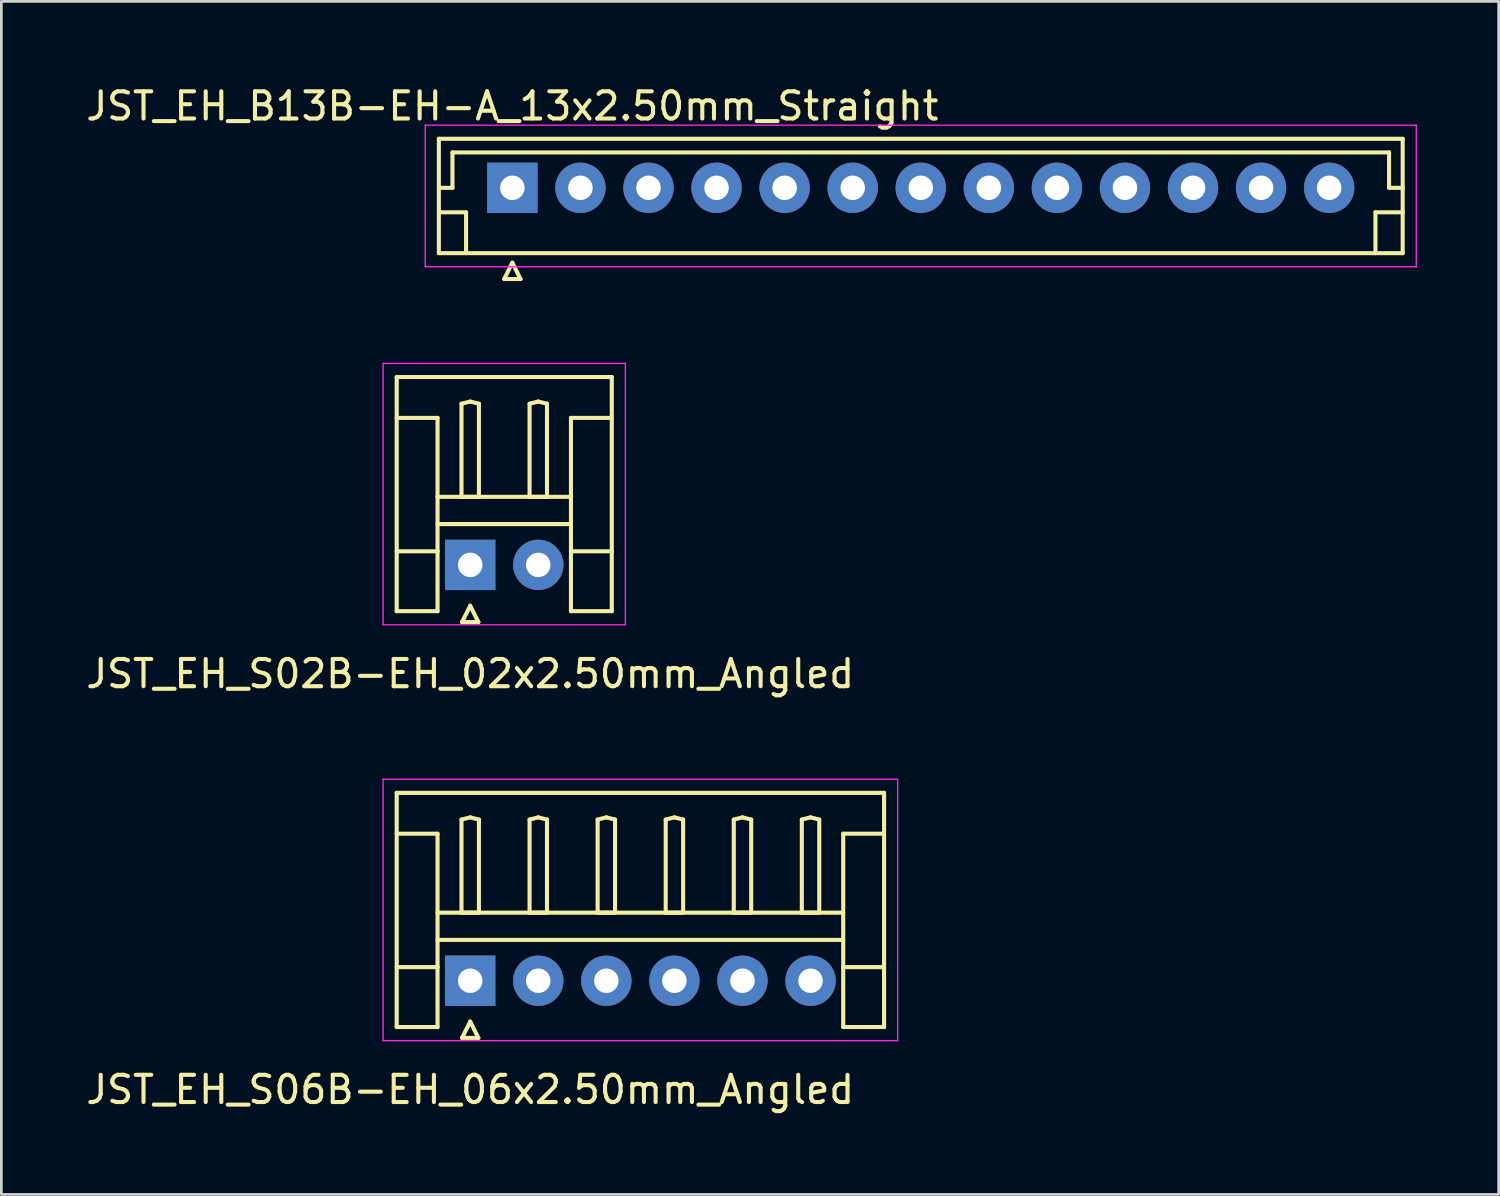
<source format=kicad_pcb>
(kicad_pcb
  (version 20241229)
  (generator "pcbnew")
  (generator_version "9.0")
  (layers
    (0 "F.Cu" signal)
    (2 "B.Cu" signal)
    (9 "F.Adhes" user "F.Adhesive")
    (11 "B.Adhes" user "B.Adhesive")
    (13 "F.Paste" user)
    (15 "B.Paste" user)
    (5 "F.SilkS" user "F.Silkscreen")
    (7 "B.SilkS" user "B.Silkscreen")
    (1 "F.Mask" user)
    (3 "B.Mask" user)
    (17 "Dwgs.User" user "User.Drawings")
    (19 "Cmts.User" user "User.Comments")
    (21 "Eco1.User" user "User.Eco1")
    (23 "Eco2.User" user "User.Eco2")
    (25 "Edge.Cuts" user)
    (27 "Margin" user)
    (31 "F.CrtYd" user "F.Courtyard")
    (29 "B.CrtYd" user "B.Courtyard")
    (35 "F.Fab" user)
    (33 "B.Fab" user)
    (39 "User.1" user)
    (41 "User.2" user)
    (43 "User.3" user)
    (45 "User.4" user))
  (footprint "JST_EH_S06B-EH_06x2.50mm_Angled"
    (layer "F.Cu")
    (at 14.22 32.971)
    (property "Reference" "JST_EH_S06B-EH_06x2.50mm_Angled" (at 0 4 0) (layer "F.SilkS") (effects (font (size 1 1) (thickness 0.15))))
    (attr through_hole)
    (fp_line (start -2.7 -6.9) (end 15.2 -6.9) (stroke (width 0.15) (type solid)) (layer "F.SilkS"))
    (fp_line (start -2.7 -5.4) (end -1.2 -5.4) (stroke (width 0.15) (type solid)) (layer "F.SilkS"))
    (fp_line (start -2.7 1.7) (end -2.7 -6.9) (stroke (width 0.15) (type solid)) (layer "F.SilkS"))
    (fp_line (start -1.2 -5.4) (end -1.2 -0.5) (stroke (width 0.15) (type solid)) (layer "F.SilkS"))
    (fp_line (start -1.2 -2.5) (end 13.7 -2.5) (stroke (width 0.15) (type solid)) (layer "F.SilkS"))
    (fp_line (start -1.2 -1.5) (end 13.7 -1.5) (stroke (width 0.15) (type solid)) (layer "F.SilkS"))
    (fp_line (start -1.2 -0.5) (end -2.7 -0.5) (stroke (width 0.15) (type solid)) (layer "F.SilkS"))
    (fp_line (start -1.2 -0.5) (end -1.2 1.7) (stroke (width 0.15) (type solid)) (layer "F.SilkS"))
    (fp_line (start -1.2 1.7) (end -2.7 1.7) (stroke (width 0.15) (type solid)) (layer "F.SilkS"))
    (fp_line (start -0.32 -5.92) (end 0 -6) (stroke (width 0.15) (type solid)) (layer "F.SilkS"))
    (fp_line (start -0.32 -2.5) (end -0.32 -5.92) (stroke (width 0.15) (type solid)) (layer "F.SilkS"))
    (fp_line (start -0.3 2.1) (end 0.3 2.1) (stroke (width 0.15) (type solid)) (layer "F.SilkS"))
    (fp_line (start 0 -6) (end 0.32 -5.92) (stroke (width 0.15) (type solid)) (layer "F.SilkS"))
    (fp_line (start 0 -2.5) (end -0.32 -2.5) (stroke (width 0.15) (type solid)) (layer "F.SilkS"))
    (fp_line (start 0 1.5) (end -0.3 2.1) (stroke (width 0.15) (type solid)) (layer "F.SilkS"))
    (fp_line (start 0.3 2.1) (end 0 1.5) (stroke (width 0.15) (type solid)) (layer "F.SilkS"))
    (fp_line (start 0.32 -5.92) (end 0.32 -2.5) (stroke (width 0.15) (type solid)) (layer "F.SilkS"))
    (fp_line (start 0.32 -2.5) (end 0 -2.5) (stroke (width 0.15) (type solid)) (layer "F.SilkS"))
    (fp_line (start 2.18 -5.92) (end 2.5 -6) (stroke (width 0.15) (type solid)) (layer "F.SilkS"))
    (fp_line (start 2.18 -2.5) (end 2.18 -5.92) (stroke (width 0.15) (type solid)) (layer "F.SilkS"))
    (fp_line (start 2.5 -6) (end 2.82 -5.92) (stroke (width 0.15) (type solid)) (layer "F.SilkS"))
    (fp_line (start 2.5 -2.5) (end 2.18 -2.5) (stroke (width 0.15) (type solid)) (layer "F.SilkS"))
    (fp_line (start 2.82 -5.92) (end 2.82 -2.5) (stroke (width 0.15) (type solid)) (layer "F.SilkS"))
    (fp_line (start 2.82 -2.5) (end 2.5 -2.5) (stroke (width 0.15) (type solid)) (layer "F.SilkS"))
    (fp_line (start 4.68 -5.92) (end 5 -6) (stroke (width 0.15) (type solid)) (layer "F.SilkS"))
    (fp_line (start 4.68 -2.5) (end 4.68 -5.92) (stroke (width 0.15) (type solid)) (layer "F.SilkS"))
    (fp_line (start 5 -6) (end 5.32 -5.92) (stroke (width 0.15) (type solid)) (layer "F.SilkS"))
    (fp_line (start 5 -2.5) (end 4.68 -2.5) (stroke (width 0.15) (type solid)) (layer "F.SilkS"))
    (fp_line (start 5.32 -5.92) (end 5.32 -2.5) (stroke (width 0.15) (type solid)) (layer "F.SilkS"))
    (fp_line (start 5.32 -2.5) (end 5 -2.5) (stroke (width 0.15) (type solid)) (layer "F.SilkS"))
    (fp_line (start 7.18 -5.92) (end 7.5 -6) (stroke (width 0.15) (type solid)) (layer "F.SilkS"))
    (fp_line (start 7.18 -2.5) (end 7.18 -5.92) (stroke (width 0.15) (type solid)) (layer "F.SilkS"))
    (fp_line (start 7.5 -6) (end 7.82 -5.92) (stroke (width 0.15) (type solid)) (layer "F.SilkS"))
    (fp_line (start 7.5 -2.5) (end 7.18 -2.5) (stroke (width 0.15) (type solid)) (layer "F.SilkS"))
    (fp_line (start 7.82 -5.92) (end 7.82 -2.5) (stroke (width 0.15) (type solid)) (layer "F.SilkS"))
    (fp_line (start 7.82 -2.5) (end 7.5 -2.5) (stroke (width 0.15) (type solid)) (layer "F.SilkS"))
    (fp_line (start 9.68 -5.92) (end 10 -6) (stroke (width 0.15) (type solid)) (layer "F.SilkS"))
    (fp_line (start 9.68 -2.5) (end 9.68 -5.92) (stroke (width 0.15) (type solid)) (layer "F.SilkS"))
    (fp_line (start 10 -6) (end 10.32 -5.92) (stroke (width 0.15) (type solid)) (layer "F.SilkS"))
    (fp_line (start 10 -2.5) (end 9.68 -2.5) (stroke (width 0.15) (type solid)) (layer "F.SilkS"))
    (fp_line (start 10.32 -5.92) (end 10.32 -2.5) (stroke (width 0.15) (type solid)) (layer "F.SilkS"))
    (fp_line (start 10.32 -2.5) (end 10 -2.5) (stroke (width 0.15) (type solid)) (layer "F.SilkS"))
    (fp_line (start 12.18 -5.92) (end 12.5 -6) (stroke (width 0.15) (type solid)) (layer "F.SilkS"))
    (fp_line (start 12.18 -2.5) (end 12.18 -5.92) (stroke (width 0.15) (type solid)) (layer "F.SilkS"))
    (fp_line (start 12.5 -6) (end 12.82 -5.92) (stroke (width 0.15) (type solid)) (layer "F.SilkS"))
    (fp_line (start 12.5 -2.5) (end 12.18 -2.5) (stroke (width 0.15) (type solid)) (layer "F.SilkS"))
    (fp_line (start 12.82 -5.92) (end 12.82 -2.5) (stroke (width 0.15) (type solid)) (layer "F.SilkS"))
    (fp_line (start 12.82 -2.5) (end 12.5 -2.5) (stroke (width 0.15) (type solid)) (layer "F.SilkS"))
    (fp_line (start 13.7 -5.4) (end 13.7 -0.5) (stroke (width 0.15) (type solid)) (layer "F.SilkS"))
    (fp_line (start 13.7 -0.5) (end 15.2 -0.5) (stroke (width 0.15) (type solid)) (layer "F.SilkS"))
    (fp_line (start 13.7 1.7) (end 13.7 -0.5) (stroke (width 0.15) (type solid)) (layer "F.SilkS"))
    (fp_line (start 15.2 -6.9) (end 15.2 1.7) (stroke (width 0.15) (type solid)) (layer "F.SilkS"))
    (fp_line (start 15.2 -5.4) (end 13.7 -5.4) (stroke (width 0.15) (type solid)) (layer "F.SilkS"))
    (fp_line (start 15.2 1.7) (end 13.7 1.7) (stroke (width 0.15) (type solid)) (layer "F.SilkS"))
    (fp_line (start -3.2 -7.4) (end -3.2 2.2) (stroke (width 0.05) (type solid)) (layer "F.CrtYd"))
    (fp_line (start -3.2 2.2) (end 15.7 2.2) (stroke (width 0.05) (type solid)) (layer "F.CrtYd"))
    (fp_line (start 15.7 -7.4) (end -3.2 -7.4) (stroke (width 0.05) (type solid)) (layer "F.CrtYd"))
    (fp_line (start 15.7 2.2) (end 15.7 -7.4) (stroke (width 0.05) (type solid)) (layer "F.CrtYd"))
    (pad "1" thru_hole rect (at 0 0) (size 1.85 1.85) (drill 0.9) (layers "*.Cu" "*.Mask"))
    (pad "2" thru_hole circle (at 2.5 0) (size 1.85 1.85) (drill 0.9) (layers "*.Cu" "*.Mask"))
    (pad "3" thru_hole circle (at 5 0) (size 1.85 1.85) (drill 0.9) (layers "*.Cu" "*.Mask"))
    (pad "4" thru_hole circle (at 7.5 0) (size 1.85 1.85) (drill 0.9) (layers "*.Cu" "*.Mask"))
    (pad "5" thru_hole circle (at 10 0) (size 1.85 1.85) (drill 0.9) (layers "*.Cu" "*.Mask"))
    (pad "6" thru_hole circle (at 12.5 0) (size 1.85 1.85) (drill 0.9) (layers "*.Cu" "*.Mask")))
  (footprint "JST_EH_B13B-EH-A_13x2.50mm_Straight"
    (layer "F.Cu")
    (at 15.768 3.848)
    (property "Reference" "JST_EH_B13B-EH-A_13x2.50mm_Straight" (at 0 -3 0) (layer "F.SilkS") (effects (font (size 1 1) (thickness 0.15))))
    (attr through_hole)
    (fp_line (start -2.7 -1.8) (end -2.7 2.4) (stroke (width 0.15) (type solid)) (layer "F.SilkS"))
    (fp_line (start -2.7 0) (end -2.2 0) (stroke (width 0.15) (type solid)) (layer "F.SilkS"))
    (fp_line (start -2.7 0.9) (end -1.7 0.9) (stroke (width 0.15) (type solid)) (layer "F.SilkS"))
    (fp_line (start -2.7 2.4) (end 32.7 2.4) (stroke (width 0.15) (type solid)) (layer "F.SilkS"))
    (fp_line (start -2.2 -1.3) (end 32.2 -1.3) (stroke (width 0.15) (type solid)) (layer "F.SilkS"))
    (fp_line (start -2.2 0) (end -2.2 -1.3) (stroke (width 0.15) (type solid)) (layer "F.SilkS"))
    (fp_line (start -1.7 0.9) (end -1.7 2.4) (stroke (width 0.15) (type solid)) (layer "F.SilkS"))
    (fp_line (start -0.3 3.35) (end 0.3 3.35) (stroke (width 0.15) (type solid)) (layer "F.SilkS"))
    (fp_line (start 0 2.75) (end -0.3 3.35) (stroke (width 0.15) (type solid)) (layer "F.SilkS"))
    (fp_line (start 0.3 3.35) (end 0 2.75) (stroke (width 0.15) (type solid)) (layer "F.SilkS"))
    (fp_line (start 31.7 0.9) (end 31.7 2.4) (stroke (width 0.15) (type solid)) (layer "F.SilkS"))
    (fp_line (start 32.2 -1.3) (end 32.2 0) (stroke (width 0.15) (type solid)) (layer "F.SilkS"))
    (fp_line (start 32.2 0) (end 32.7 0) (stroke (width 0.15) (type solid)) (layer "F.SilkS"))
    (fp_line (start 32.7 -1.8) (end -2.7 -1.8) (stroke (width 0.15) (type solid)) (layer "F.SilkS"))
    (fp_line (start 32.7 0.9) (end 31.7 0.9) (stroke (width 0.15) (type solid)) (layer "F.SilkS"))
    (fp_line (start 32.7 2.4) (end 32.7 -1.8) (stroke (width 0.15) (type solid)) (layer "F.SilkS"))
    (fp_line (start -3.2 -2.3) (end -3.2 2.9) (stroke (width 0.05) (type solid)) (layer "F.CrtYd"))
    (fp_line (start -3.2 2.9) (end 33.2 2.9) (stroke (width 0.05) (type solid)) (layer "F.CrtYd"))
    (fp_line (start 33.2 -2.3) (end -3.2 -2.3) (stroke (width 0.05) (type solid)) (layer "F.CrtYd"))
    (fp_line (start 33.2 2.9) (end 33.2 -2.3) (stroke (width 0.05) (type solid)) (layer "F.CrtYd"))
    (pad "1" thru_hole rect (at 0 0) (size 1.85 1.85) (drill 0.9) (layers "*.Cu" "*.Mask"))
    (pad "2" thru_hole circle (at 2.5 0) (size 1.85 1.85) (drill 0.9) (layers "*.Cu" "*.Mask"))
    (pad "3" thru_hole circle (at 5 0) (size 1.85 1.85) (drill 0.9) (layers "*.Cu" "*.Mask"))
    (pad "4" thru_hole circle (at 7.5 0) (size 1.85 1.85) (drill 0.9) (layers "*.Cu" "*.Mask"))
    (pad "5" thru_hole circle (at 10 0) (size 1.85 1.85) (drill 0.9) (layers "*.Cu" "*.Mask"))
    (pad "6" thru_hole circle (at 12.5 0) (size 1.85 1.85) (drill 0.9) (layers "*.Cu" "*.Mask"))
    (pad "7" thru_hole circle (at 15 0) (size 1.85 1.85) (drill 0.9) (layers "*.Cu" "*.Mask"))
    (pad "8" thru_hole circle (at 17.5 0) (size 1.85 1.85) (drill 0.9) (layers "*.Cu" "*.Mask"))
    (pad "9" thru_hole circle (at 20 0) (size 1.85 1.85) (drill 0.9) (layers "*.Cu" "*.Mask"))
    (pad "10" thru_hole circle (at 22.5 0) (size 1.85 1.85) (drill 0.9) (layers "*.Cu" "*.Mask"))
    (pad "11" thru_hole circle (at 25 0) (size 1.85 1.85) (drill 0.9) (layers "*.Cu" "*.Mask"))
    (pad "12" thru_hole circle (at 27.5 0) (size 1.85 1.85) (drill 0.9) (layers "*.Cu" "*.Mask"))
    (pad "13" thru_hole circle (at 30 0) (size 1.85 1.85) (drill 0.9) (layers "*.Cu" "*.Mask")))
  (footprint "JST_EH_S02B-EH_02x2.50mm_Angled"
    (layer "F.Cu")
    (at 14.22 17.698)
    (property "Reference" "JST_EH_S02B-EH_02x2.50mm_Angled" (at 0 4 0) (layer "F.SilkS") (effects (font (size 1 1) (thickness 0.15))))
    (attr through_hole)
    (fp_line (start -2.7 -6.9) (end 5.2 -6.9) (stroke (width 0.15) (type solid)) (layer "F.SilkS"))
    (fp_line (start -2.7 -5.4) (end -1.2 -5.4) (stroke (width 0.15) (type solid)) (layer "F.SilkS"))
    (fp_line (start -2.7 1.7) (end -2.7 -6.9) (stroke (width 0.15) (type solid)) (layer "F.SilkS"))
    (fp_line (start -1.2 -5.4) (end -1.2 -0.5) (stroke (width 0.15) (type solid)) (layer "F.SilkS"))
    (fp_line (start -1.2 -2.5) (end 3.7 -2.5) (stroke (width 0.15) (type solid)) (layer "F.SilkS"))
    (fp_line (start -1.2 -1.5) (end 3.7 -1.5) (stroke (width 0.15) (type solid)) (layer "F.SilkS"))
    (fp_line (start -1.2 -0.5) (end -2.7 -0.5) (stroke (width 0.15) (type solid)) (layer "F.SilkS"))
    (fp_line (start -1.2 -0.5) (end -1.2 1.7) (stroke (width 0.15) (type solid)) (layer "F.SilkS"))
    (fp_line (start -1.2 1.7) (end -2.7 1.7) (stroke (width 0.15) (type solid)) (layer "F.SilkS"))
    (fp_line (start -0.32 -5.92) (end 0 -6) (stroke (width 0.15) (type solid)) (layer "F.SilkS"))
    (fp_line (start -0.32 -2.5) (end -0.32 -5.92) (stroke (width 0.15) (type solid)) (layer "F.SilkS"))
    (fp_line (start -0.3 2.1) (end 0.3 2.1) (stroke (width 0.15) (type solid)) (layer "F.SilkS"))
    (fp_line (start 0 -6) (end 0.32 -5.92) (stroke (width 0.15) (type solid)) (layer "F.SilkS"))
    (fp_line (start 0 -2.5) (end -0.32 -2.5) (stroke (width 0.15) (type solid)) (layer "F.SilkS"))
    (fp_line (start 0 1.5) (end -0.3 2.1) (stroke (width 0.15) (type solid)) (layer "F.SilkS"))
    (fp_line (start 0.3 2.1) (end 0 1.5) (stroke (width 0.15) (type solid)) (layer "F.SilkS"))
    (fp_line (start 0.32 -5.92) (end 0.32 -2.5) (stroke (width 0.15) (type solid)) (layer "F.SilkS"))
    (fp_line (start 0.32 -2.5) (end 0 -2.5) (stroke (width 0.15) (type solid)) (layer "F.SilkS"))
    (fp_line (start 2.18 -5.92) (end 2.5 -6) (stroke (width 0.15) (type solid)) (layer "F.SilkS"))
    (fp_line (start 2.18 -2.5) (end 2.18 -5.92) (stroke (width 0.15) (type solid)) (layer "F.SilkS"))
    (fp_line (start 2.5 -6) (end 2.82 -5.92) (stroke (width 0.15) (type solid)) (layer "F.SilkS"))
    (fp_line (start 2.5 -2.5) (end 2.18 -2.5) (stroke (width 0.15) (type solid)) (layer "F.SilkS"))
    (fp_line (start 2.82 -5.92) (end 2.82 -2.5) (stroke (width 0.15) (type solid)) (layer "F.SilkS"))
    (fp_line (start 2.82 -2.5) (end 2.5 -2.5) (stroke (width 0.15) (type solid)) (layer "F.SilkS"))
    (fp_line (start 3.7 -5.4) (end 3.7 -0.5) (stroke (width 0.15) (type solid)) (layer "F.SilkS"))
    (fp_line (start 3.7 -0.5) (end 5.2 -0.5) (stroke (width 0.15) (type solid)) (layer "F.SilkS"))
    (fp_line (start 3.7 1.7) (end 3.7 -0.5) (stroke (width 0.15) (type solid)) (layer "F.SilkS"))
    (fp_line (start 5.2 -6.9) (end 5.2 1.7) (stroke (width 0.15) (type solid)) (layer "F.SilkS"))
    (fp_line (start 5.2 -5.4) (end 3.7 -5.4) (stroke (width 0.15) (type solid)) (layer "F.SilkS"))
    (fp_line (start 5.2 1.7) (end 3.7 1.7) (stroke (width 0.15) (type solid)) (layer "F.SilkS"))
    (fp_line (start -3.2 -7.4) (end -3.2 2.2) (stroke (width 0.05) (type solid)) (layer "F.CrtYd"))
    (fp_line (start -3.2 2.2) (end 5.7 2.2) (stroke (width 0.05) (type solid)) (layer "F.CrtYd"))
    (fp_line (start 5.7 -7.4) (end -3.2 -7.4) (stroke (width 0.05) (type solid)) (layer "F.CrtYd"))
    (fp_line (start 5.7 2.2) (end 5.7 -7.4) (stroke (width 0.05) (type solid)) (layer "F.CrtYd"))
    (pad "1" thru_hole rect (at 0 0) (size 1.85 1.85) (drill 0.9) (layers "*.Cu" "*.Mask"))
    (pad "2" thru_hole circle (at 2.5 0) (size 1.85 1.85) (drill 0.9) (layers "*.Cu" "*.Mask")))
  (gr_rect
    (start -3 -3)
    (end 51.993 40.82)
    (stroke (width 0.1) (type default))
    (fill no)
    (layer "Edge.Cuts")))
</source>
